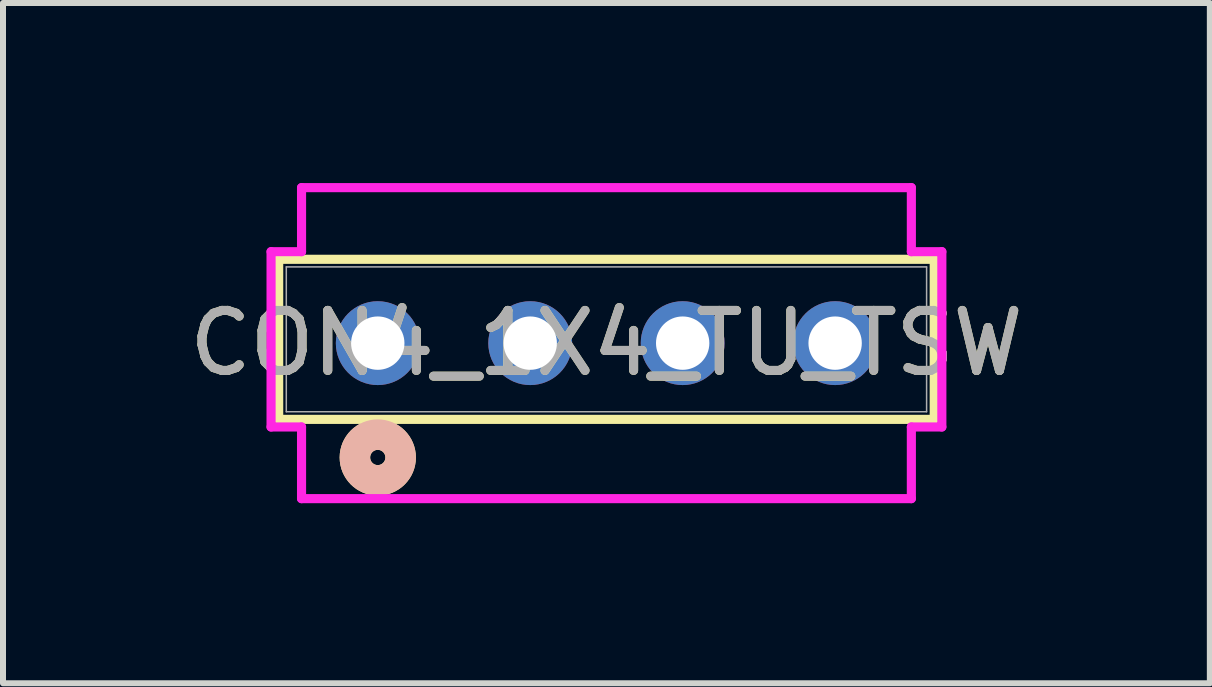
<source format=kicad_pcb>
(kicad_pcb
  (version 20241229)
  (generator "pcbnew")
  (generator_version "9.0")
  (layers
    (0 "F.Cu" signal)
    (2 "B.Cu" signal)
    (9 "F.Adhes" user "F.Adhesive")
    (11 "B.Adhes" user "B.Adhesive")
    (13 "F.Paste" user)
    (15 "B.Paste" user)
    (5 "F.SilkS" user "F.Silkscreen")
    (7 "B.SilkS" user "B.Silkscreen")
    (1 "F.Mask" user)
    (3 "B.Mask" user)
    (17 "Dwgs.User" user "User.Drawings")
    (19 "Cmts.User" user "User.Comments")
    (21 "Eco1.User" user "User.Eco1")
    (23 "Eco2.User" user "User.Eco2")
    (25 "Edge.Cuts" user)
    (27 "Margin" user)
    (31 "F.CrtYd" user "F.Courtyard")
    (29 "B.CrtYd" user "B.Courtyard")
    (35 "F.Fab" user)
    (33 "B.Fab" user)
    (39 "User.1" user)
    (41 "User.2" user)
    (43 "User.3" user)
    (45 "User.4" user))
  (footprint "CON4_1X4_TU_TSW"
    (layer "F.Cu")
    (at 7.054 2.667)
    (property "Reference" "CON4_1X4_TU_TSW" (at 0 0 0) (unlocked yes) (layer "F.SilkS") (effects (font (size 1 1) (thickness 0.15))))
    (attr through_hole)
    (fp_line (start -5.461 -1.397) (end -5.461 1.27) (stroke (width 0.152) (type solid)) (layer "F.SilkS"))
    (fp_line (start -5.461 1.27) (end 5.461 1.27) (stroke (width 0.152) (type solid)) (layer "F.SilkS"))
    (fp_line (start 5.461 -1.397) (end -5.461 -1.397) (stroke (width 0.152) (type solid)) (layer "F.SilkS"))
    (fp_line (start 5.461 1.27) (end 5.461 -1.397) (stroke (width 0.152) (type solid)) (layer "F.SilkS"))
    (fp_circle (center -3.81 1.905) (end -3.429 1.905) (stroke (width 0.508) (type solid)) (fill no) (layer "F.SilkS"))
    (fp_circle (center -3.81 1.905) (end -3.429 1.905) (stroke (width 0.508) (type solid)) (fill no) (layer "B.SilkS"))
    (fp_line (start -5.588 -1.524) (end -5.588 1.397) (stroke (width 0.152) (type solid)) (layer "F.CrtYd"))
    (fp_line (start -5.588 1.397) (end -5.08 1.397) (stroke (width 0.152) (type solid)) (layer "F.CrtYd"))
    (fp_line (start -5.08 -2.591) (end -5.08 -1.524) (stroke (width 0.152) (type solid)) (layer "F.CrtYd"))
    (fp_line (start -5.08 -1.524) (end -5.588 -1.524) (stroke (width 0.152) (type solid)) (layer "F.CrtYd"))
    (fp_line (start -5.08 1.397) (end -5.08 2.591) (stroke (width 0.152) (type solid)) (layer "F.CrtYd"))
    (fp_line (start -5.08 2.591) (end 5.08 2.591) (stroke (width 0.152) (type solid)) (layer "F.CrtYd"))
    (fp_line (start 5.08 -2.591) (end -5.08 -2.591) (stroke (width 0.152) (type solid)) (layer "F.CrtYd"))
    (fp_line (start 5.08 -1.524) (end 5.08 -2.591) (stroke (width 0.152) (type solid)) (layer "F.CrtYd"))
    (fp_line (start 5.08 1.397) (end 5.588 1.397) (stroke (width 0.152) (type solid)) (layer "F.CrtYd"))
    (fp_line (start 5.08 2.591) (end 5.08 1.397) (stroke (width 0.152) (type solid)) (layer "F.CrtYd"))
    (fp_line (start 5.588 -1.524) (end 5.08 -1.524) (stroke (width 0.152) (type solid)) (layer "F.CrtYd"))
    (fp_line (start 5.588 1.397) (end 5.588 -1.524) (stroke (width 0.152) (type solid)) (layer "F.CrtYd"))
    (fp_line (start -5.334 -1.27) (end -5.334 1.143) (stroke (width 0.025) (type solid)) (layer "F.Fab"))
    (fp_line (start -5.334 1.143) (end 5.334 1.143) (stroke (width 0.025) (type solid)) (layer "F.Fab"))
    (fp_line (start 5.334 -1.27) (end -5.334 -1.27) (stroke (width 0.025) (type solid)) (layer "F.Fab"))
    (fp_line (start 5.334 1.143) (end 5.334 -1.27) (stroke (width 0.025) (type solid)) (layer "F.Fab"))
    (fp_circle (center -3.81 0) (end -3.556 0) (stroke (width 0.025) (type solid)) (fill no) (layer "F.Fab"))
    (fp_text user "${REFERENCE}" (at 0 0 0) (unlocked yes) (layer "F.Fab") (effects (font (size 1 1) (thickness 0.15))))
    (pad "1" thru_hole circle (at -3.81 0 90) (size 1.397 1.397) (drill 0.889) (layers "*.Cu" "*.Mask"))
    (pad "2" thru_hole circle (at -1.27 0 90) (size 1.397 1.397) (drill 0.889) (layers "*.Cu" "*.Mask"))
    (pad "3" thru_hole circle (at 1.27 0 90) (size 1.397 1.397) (drill 0.889) (layers "*.Cu" "*.Mask"))
    (pad "4" thru_hole circle (at 3.81 0 90) (size 1.397 1.397) (drill 0.889) (layers "*.Cu" "*.Mask")))
  (gr_rect
    (start -3 -3)
    (end 17.107 8.334)
    (stroke (width 0.1) (type default))
    (fill no)
    (layer "Edge.Cuts")))
</source>
